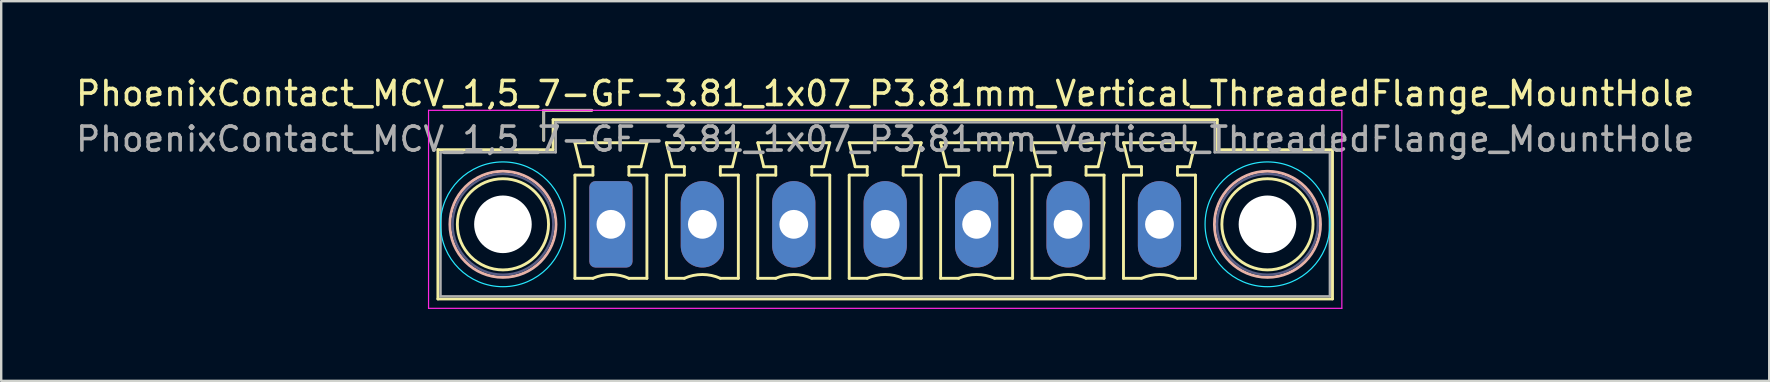
<source format=kicad_pcb>
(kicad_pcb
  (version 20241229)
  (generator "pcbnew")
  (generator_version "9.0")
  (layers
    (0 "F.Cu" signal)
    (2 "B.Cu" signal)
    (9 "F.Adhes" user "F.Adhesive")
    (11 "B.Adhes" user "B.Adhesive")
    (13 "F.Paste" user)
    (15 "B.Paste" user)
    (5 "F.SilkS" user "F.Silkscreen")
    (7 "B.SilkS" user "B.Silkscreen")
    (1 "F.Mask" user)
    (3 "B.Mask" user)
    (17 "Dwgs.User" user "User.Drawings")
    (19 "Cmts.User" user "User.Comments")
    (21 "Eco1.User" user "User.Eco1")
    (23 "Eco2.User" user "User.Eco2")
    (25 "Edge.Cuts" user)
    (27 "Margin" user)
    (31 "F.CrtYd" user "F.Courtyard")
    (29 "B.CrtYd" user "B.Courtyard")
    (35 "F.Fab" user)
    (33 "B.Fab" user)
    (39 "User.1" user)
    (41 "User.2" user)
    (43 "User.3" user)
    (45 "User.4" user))
  (footprint "PhoenixContact_MCV_1,5_7-GF-3.81_1x07_P3.81mm_Vertical_ThreadedFlange_MountHole"
    (layer "F.Cu")
    (at 22.409 6.298)
    (property "Reference" "PhoenixContact_MCV_1,5_7-GF-3.81_1x07_P3.81mm_Vertical_ThreadedFlange_MountHole" (at 11.43 -5.45 0) (layer "F.SilkS") (effects (font (size 1 1) (thickness 0.15))))
    (attr through_hole)
    (fp_line (start -7.21 -3.11) (end -7.21 3.11) (stroke (width 0.12) (type solid)) (layer "F.SilkS"))
    (fp_line (start -7.21 3.11) (end 30.07 3.11) (stroke (width 0.12) (type solid)) (layer "F.SilkS"))
    (fp_line (start -2.8 -4.75) (end -0.8 -4.75) (stroke (width 0.12) (type solid)) (layer "F.SilkS"))
    (fp_line (start -2.8 -3.5) (end -2.8 -4.75) (stroke (width 0.12) (type solid)) (layer "F.SilkS"))
    (fp_line (start -2.41 -4.36) (end -2.41 -3.11) (stroke (width 0.12) (type solid)) (layer "F.SilkS"))
    (fp_line (start -2.41 -3.11) (end -7.21 -3.11) (stroke (width 0.12) (type solid)) (layer "F.SilkS"))
    (fp_line (start -1.5 -3.4) (end 1.5 -3.4) (stroke (width 0.12) (type solid)) (layer "F.SilkS"))
    (fp_line (start -1.5 -2.05) (end -0.75 -2.05) (stroke (width 0.12) (type solid)) (layer "F.SilkS"))
    (fp_line (start -1.5 2.25) (end -1.5 -2.05) (stroke (width 0.12) (type solid)) (layer "F.SilkS"))
    (fp_line (start -1.25 -2.4) (end -1.5 -3.4) (stroke (width 0.12) (type solid)) (layer "F.SilkS"))
    (fp_line (start -0.75 -2.4) (end -1.25 -2.4) (stroke (width 0.12) (type solid)) (layer "F.SilkS"))
    (fp_line (start -0.75 -2.05) (end -0.75 -2.4) (stroke (width 0.12) (type solid)) (layer "F.SilkS"))
    (fp_line (start -0.75 2.25) (end -1.5 2.25) (stroke (width 0.12) (type solid)) (layer "F.SilkS"))
    (fp_line (start 0.75 -2.4) (end 0.75 -2.05) (stroke (width 0.12) (type solid)) (layer "F.SilkS"))
    (fp_line (start 0.75 -2.05) (end 1.5 -2.05) (stroke (width 0.12) (type solid)) (layer "F.SilkS"))
    (fp_line (start 1.25 -2.4) (end 0.75 -2.4) (stroke (width 0.12) (type solid)) (layer "F.SilkS"))
    (fp_line (start 1.5 -3.4) (end 1.25 -2.4) (stroke (width 0.12) (type solid)) (layer "F.SilkS"))
    (fp_line (start 1.5 -2.05) (end 1.5 2.25) (stroke (width 0.12) (type solid)) (layer "F.SilkS"))
    (fp_line (start 1.5 2.25) (end 0.75 2.25) (stroke (width 0.12) (type solid)) (layer "F.SilkS"))
    (fp_line (start 2.31 -3.4) (end 5.31 -3.4) (stroke (width 0.12) (type solid)) (layer "F.SilkS"))
    (fp_line (start 2.31 -2.05) (end 3.06 -2.05) (stroke (width 0.12) (type solid)) (layer "F.SilkS"))
    (fp_line (start 2.31 2.25) (end 2.31 -2.05) (stroke (width 0.12) (type solid)) (layer "F.SilkS"))
    (fp_line (start 2.56 -2.4) (end 2.31 -3.4) (stroke (width 0.12) (type solid)) (layer "F.SilkS"))
    (fp_line (start 3.06 -2.4) (end 2.56 -2.4) (stroke (width 0.12) (type solid)) (layer "F.SilkS"))
    (fp_line (start 3.06 -2.05) (end 3.06 -2.4) (stroke (width 0.12) (type solid)) (layer "F.SilkS"))
    (fp_line (start 3.06 2.25) (end 2.31 2.25) (stroke (width 0.12) (type solid)) (layer "F.SilkS"))
    (fp_line (start 4.56 -2.4) (end 4.56 -2.05) (stroke (width 0.12) (type solid)) (layer "F.SilkS"))
    (fp_line (start 4.56 -2.05) (end 5.31 -2.05) (stroke (width 0.12) (type solid)) (layer "F.SilkS"))
    (fp_line (start 5.06 -2.4) (end 4.56 -2.4) (stroke (width 0.12) (type solid)) (layer "F.SilkS"))
    (fp_line (start 5.31 -3.4) (end 5.06 -2.4) (stroke (width 0.12) (type solid)) (layer "F.SilkS"))
    (fp_line (start 5.31 -2.05) (end 5.31 2.25) (stroke (width 0.12) (type solid)) (layer "F.SilkS"))
    (fp_line (start 5.31 2.25) (end 4.56 2.25) (stroke (width 0.12) (type solid)) (layer "F.SilkS"))
    (fp_line (start 6.12 -3.4) (end 9.12 -3.4) (stroke (width 0.12) (type solid)) (layer "F.SilkS"))
    (fp_line (start 6.12 -2.05) (end 6.87 -2.05) (stroke (width 0.12) (type solid)) (layer "F.SilkS"))
    (fp_line (start 6.12 2.25) (end 6.12 -2.05) (stroke (width 0.12) (type solid)) (layer "F.SilkS"))
    (fp_line (start 6.37 -2.4) (end 6.12 -3.4) (stroke (width 0.12) (type solid)) (layer "F.SilkS"))
    (fp_line (start 6.87 -2.4) (end 6.37 -2.4) (stroke (width 0.12) (type solid)) (layer "F.SilkS"))
    (fp_line (start 6.87 -2.05) (end 6.87 -2.4) (stroke (width 0.12) (type solid)) (layer "F.SilkS"))
    (fp_line (start 6.87 2.25) (end 6.12 2.25) (stroke (width 0.12) (type solid)) (layer "F.SilkS"))
    (fp_line (start 8.37 -2.4) (end 8.37 -2.05) (stroke (width 0.12) (type solid)) (layer "F.SilkS"))
    (fp_line (start 8.37 -2.05) (end 9.12 -2.05) (stroke (width 0.12) (type solid)) (layer "F.SilkS"))
    (fp_line (start 8.87 -2.4) (end 8.37 -2.4) (stroke (width 0.12) (type solid)) (layer "F.SilkS"))
    (fp_line (start 9.12 -3.4) (end 8.87 -2.4) (stroke (width 0.12) (type solid)) (layer "F.SilkS"))
    (fp_line (start 9.12 -2.05) (end 9.12 2.25) (stroke (width 0.12) (type solid)) (layer "F.SilkS"))
    (fp_line (start 9.12 2.25) (end 8.37 2.25) (stroke (width 0.12) (type solid)) (layer "F.SilkS"))
    (fp_line (start 9.93 -3.4) (end 12.93 -3.4) (stroke (width 0.12) (type solid)) (layer "F.SilkS"))
    (fp_line (start 9.93 -2.05) (end 10.68 -2.05) (stroke (width 0.12) (type solid)) (layer "F.SilkS"))
    (fp_line (start 9.93 2.25) (end 9.93 -2.05) (stroke (width 0.12) (type solid)) (layer "F.SilkS"))
    (fp_line (start 10.18 -2.4) (end 9.93 -3.4) (stroke (width 0.12) (type solid)) (layer "F.SilkS"))
    (fp_line (start 10.68 -2.4) (end 10.18 -2.4) (stroke (width 0.12) (type solid)) (layer "F.SilkS"))
    (fp_line (start 10.68 -2.05) (end 10.68 -2.4) (stroke (width 0.12) (type solid)) (layer "F.SilkS"))
    (fp_line (start 10.68 2.25) (end 9.93 2.25) (stroke (width 0.12) (type solid)) (layer "F.SilkS"))
    (fp_line (start 12.18 -2.4) (end 12.18 -2.05) (stroke (width 0.12) (type solid)) (layer "F.SilkS"))
    (fp_line (start 12.18 -2.05) (end 12.93 -2.05) (stroke (width 0.12) (type solid)) (layer "F.SilkS"))
    (fp_line (start 12.68 -2.4) (end 12.18 -2.4) (stroke (width 0.12) (type solid)) (layer "F.SilkS"))
    (fp_line (start 12.93 -3.4) (end 12.68 -2.4) (stroke (width 0.12) (type solid)) (layer "F.SilkS"))
    (fp_line (start 12.93 -2.05) (end 12.93 2.25) (stroke (width 0.12) (type solid)) (layer "F.SilkS"))
    (fp_line (start 12.93 2.25) (end 12.18 2.25) (stroke (width 0.12) (type solid)) (layer "F.SilkS"))
    (fp_line (start 13.74 -3.4) (end 16.74 -3.4) (stroke (width 0.12) (type solid)) (layer "F.SilkS"))
    (fp_line (start 13.74 -2.05) (end 14.49 -2.05) (stroke (width 0.12) (type solid)) (layer "F.SilkS"))
    (fp_line (start 13.74 2.25) (end 13.74 -2.05) (stroke (width 0.12) (type solid)) (layer "F.SilkS"))
    (fp_line (start 13.99 -2.4) (end 13.74 -3.4) (stroke (width 0.12) (type solid)) (layer "F.SilkS"))
    (fp_line (start 14.49 -2.4) (end 13.99 -2.4) (stroke (width 0.12) (type solid)) (layer "F.SilkS"))
    (fp_line (start 14.49 -2.05) (end 14.49 -2.4) (stroke (width 0.12) (type solid)) (layer "F.SilkS"))
    (fp_line (start 14.49 2.25) (end 13.74 2.25) (stroke (width 0.12) (type solid)) (layer "F.SilkS"))
    (fp_line (start 15.99 -2.4) (end 15.99 -2.05) (stroke (width 0.12) (type solid)) (layer "F.SilkS"))
    (fp_line (start 15.99 -2.05) (end 16.74 -2.05) (stroke (width 0.12) (type solid)) (layer "F.SilkS"))
    (fp_line (start 16.49 -2.4) (end 15.99 -2.4) (stroke (width 0.12) (type solid)) (layer "F.SilkS"))
    (fp_line (start 16.74 -3.4) (end 16.49 -2.4) (stroke (width 0.12) (type solid)) (layer "F.SilkS"))
    (fp_line (start 16.74 -2.05) (end 16.74 2.25) (stroke (width 0.12) (type solid)) (layer "F.SilkS"))
    (fp_line (start 16.74 2.25) (end 15.99 2.25) (stroke (width 0.12) (type solid)) (layer "F.SilkS"))
    (fp_line (start 17.55 -3.4) (end 20.55 -3.4) (stroke (width 0.12) (type solid)) (layer "F.SilkS"))
    (fp_line (start 17.55 -2.05) (end 18.3 -2.05) (stroke (width 0.12) (type solid)) (layer "F.SilkS"))
    (fp_line (start 17.55 2.25) (end 17.55 -2.05) (stroke (width 0.12) (type solid)) (layer "F.SilkS"))
    (fp_line (start 17.8 -2.4) (end 17.55 -3.4) (stroke (width 0.12) (type solid)) (layer "F.SilkS"))
    (fp_line (start 18.3 -2.4) (end 17.8 -2.4) (stroke (width 0.12) (type solid)) (layer "F.SilkS"))
    (fp_line (start 18.3 -2.05) (end 18.3 -2.4) (stroke (width 0.12) (type solid)) (layer "F.SilkS"))
    (fp_line (start 18.3 2.25) (end 17.55 2.25) (stroke (width 0.12) (type solid)) (layer "F.SilkS"))
    (fp_line (start 19.8 -2.4) (end 19.8 -2.05) (stroke (width 0.12) (type solid)) (layer "F.SilkS"))
    (fp_line (start 19.8 -2.05) (end 20.55 -2.05) (stroke (width 0.12) (type solid)) (layer "F.SilkS"))
    (fp_line (start 20.3 -2.4) (end 19.8 -2.4) (stroke (width 0.12) (type solid)) (layer "F.SilkS"))
    (fp_line (start 20.55 -3.4) (end 20.3 -2.4) (stroke (width 0.12) (type solid)) (layer "F.SilkS"))
    (fp_line (start 20.55 -2.05) (end 20.55 2.25) (stroke (width 0.12) (type solid)) (layer "F.SilkS"))
    (fp_line (start 20.55 2.25) (end 19.8 2.25) (stroke (width 0.12) (type solid)) (layer "F.SilkS"))
    (fp_line (start 21.36 -3.4) (end 24.36 -3.4) (stroke (width 0.12) (type solid)) (layer "F.SilkS"))
    (fp_line (start 21.36 -2.05) (end 22.11 -2.05) (stroke (width 0.12) (type solid)) (layer "F.SilkS"))
    (fp_line (start 21.36 2.25) (end 21.36 -2.05) (stroke (width 0.12) (type solid)) (layer "F.SilkS"))
    (fp_line (start 21.61 -2.4) (end 21.36 -3.4) (stroke (width 0.12) (type solid)) (layer "F.SilkS"))
    (fp_line (start 22.11 -2.4) (end 21.61 -2.4) (stroke (width 0.12) (type solid)) (layer "F.SilkS"))
    (fp_line (start 22.11 -2.05) (end 22.11 -2.4) (stroke (width 0.12) (type solid)) (layer "F.SilkS"))
    (fp_line (start 22.11 2.25) (end 21.36 2.25) (stroke (width 0.12) (type solid)) (layer "F.SilkS"))
    (fp_line (start 23.61 -2.4) (end 23.61 -2.05) (stroke (width 0.12) (type solid)) (layer "F.SilkS"))
    (fp_line (start 23.61 -2.05) (end 24.36 -2.05) (stroke (width 0.12) (type solid)) (layer "F.SilkS"))
    (fp_line (start 24.11 -2.4) (end 23.61 -2.4) (stroke (width 0.12) (type solid)) (layer "F.SilkS"))
    (fp_line (start 24.36 -3.4) (end 24.11 -2.4) (stroke (width 0.12) (type solid)) (layer "F.SilkS"))
    (fp_line (start 24.36 -2.05) (end 24.36 2.25) (stroke (width 0.12) (type solid)) (layer "F.SilkS"))
    (fp_line (start 24.36 2.25) (end 23.61 2.25) (stroke (width 0.12) (type solid)) (layer "F.SilkS"))
    (fp_line (start 25.27 -4.36) (end -2.41 -4.36) (stroke (width 0.12) (type solid)) (layer "F.SilkS"))
    (fp_line (start 25.27 -3.11) (end 25.27 -4.36) (stroke (width 0.12) (type solid)) (layer "F.SilkS"))
    (fp_line (start 30.07 -3.11) (end 25.27 -3.11) (stroke (width 0.12) (type solid)) (layer "F.SilkS"))
    (fp_line (start 30.07 3.11) (end 30.07 -3.11) (stroke (width 0.12) (type solid)) (layer "F.SilkS"))
    (fp_arc (start -0.75 2.25) (mid -0.000193 2.09191) (end 0.749647 2.249844) (stroke (width 0.12) (type solid)) (layer "F.SilkS"))
    (fp_arc (start 3.06 2.25) (mid 3.809807 2.09191) (end 4.559647 2.249844) (stroke (width 0.12) (type solid)) (layer "F.SilkS"))
    (fp_arc (start 6.87 2.25) (mid 7.619807 2.09191) (end 8.369647 2.249844) (stroke (width 0.12) (type solid)) (layer "F.SilkS"))
    (fp_arc (start 10.68 2.25) (mid 11.429807 2.09191) (end 12.179647 2.249844) (stroke (width 0.12) (type solid)) (layer "F.SilkS"))
    (fp_arc (start 14.49 2.25) (mid 15.239807 2.09191) (end 15.989647 2.249844) (stroke (width 0.12) (type solid)) (layer "F.SilkS"))
    (fp_arc (start 18.3 2.25) (mid 19.049807 2.09191) (end 19.799647 2.249844) (stroke (width 0.12) (type solid)) (layer "F.SilkS"))
    (fp_arc (start 22.11 2.25) (mid 22.859807 2.09191) (end 23.609647 2.249844) (stroke (width 0.12) (type solid)) (layer "F.SilkS"))
    (fp_circle (center -4.5 0) (end -2.6 0) (stroke (width 0.12) (type solid)) (fill no) (layer "F.SilkS"))
    (fp_circle (center 27.36 0) (end 29.26 0) (stroke (width 0.12) (type solid)) (fill no) (layer "F.SilkS"))
    (fp_circle (center -4.5 0) (end -2.29 0) (stroke (width 0.12) (type solid)) (fill no) (layer "B.SilkS"))
    (fp_circle (center 27.36 0) (end 29.57 0) (stroke (width 0.12) (type solid)) (fill no) (layer "B.SilkS"))
    (fp_circle (center -4.5 0) (end -1.9 0) (stroke (width 0.05) (type solid)) (fill no) (layer "B.CrtYd"))
    (fp_circle (center 27.36 0) (end 29.96 0) (stroke (width 0.05) (type solid)) (fill no) (layer "B.CrtYd"))
    (fp_line (start -7.6 -4.75) (end -7.6 3.5) (stroke (width 0.05) (type solid)) (layer "F.CrtYd"))
    (fp_line (start -7.6 3.5) (end 30.46 3.5) (stroke (width 0.05) (type solid)) (layer "F.CrtYd"))
    (fp_line (start 30.46 -4.75) (end -7.6 -4.75) (stroke (width 0.05) (type solid)) (layer "F.CrtYd"))
    (fp_line (start 30.46 3.5) (end 30.46 -4.75) (stroke (width 0.05) (type solid)) (layer "F.CrtYd"))
    (fp_circle (center -4.5 0) (end -2.4 0) (stroke (width 0.1) (type solid)) (fill no) (layer "B.Fab"))
    (fp_circle (center 27.36 0) (end 29.46 0) (stroke (width 0.1) (type solid)) (fill no) (layer "B.Fab"))
    (fp_line (start -7.1 -3) (end -7.1 3) (stroke (width 0.1) (type solid)) (layer "F.Fab"))
    (fp_line (start -7.1 3) (end 29.96 3) (stroke (width 0.1) (type solid)) (layer "F.Fab"))
    (fp_line (start -2.8 -4.75) (end -0.8 -4.75) (stroke (width 0.1) (type solid)) (layer "F.Fab"))
    (fp_line (start -2.8 -3.5) (end -2.8 -4.75) (stroke (width 0.1) (type solid)) (layer "F.Fab"))
    (fp_line (start -2.3 -4.25) (end -2.3 -3) (stroke (width 0.1) (type solid)) (layer "F.Fab"))
    (fp_line (start -2.3 -3) (end -7.1 -3) (stroke (width 0.1) (type solid)) (layer "F.Fab"))
    (fp_line (start 25.16 -4.25) (end -2.3 -4.25) (stroke (width 0.1) (type solid)) (layer "F.Fab"))
    (fp_line (start 25.16 -3) (end 25.16 -4.25) (stroke (width 0.1) (type solid)) (layer "F.Fab"))
    (fp_line (start 29.96 -3) (end 25.16 -3) (stroke (width 0.1) (type solid)) (layer "F.Fab"))
    (fp_line (start 29.96 3) (end 29.96 -3) (stroke (width 0.1) (type solid)) (layer "F.Fab"))
    (fp_text user "${REFERENCE}" (at 11.43 -3.55 0) (layer "F.Fab") (effects (font (size 1 1) (thickness 0.15))))
    (pad "" np_thru_hole circle (at -4.5 0) (size 2.4 2.4) (drill 2.4) (layers "*.Cu" "*.Mask"))
    (pad "" np_thru_hole circle (at 27.36 0) (size 2.4 2.4) (drill 2.4) (layers "*.Cu" "*.Mask"))
    (pad "1" thru_hole roundrect (at 0 0) (size 1.8 3.6) (drill 1.2) (layers "*.Cu" "*.Mask") (roundrect_rratio 0.139))
    (pad "2" thru_hole oval (at 3.81 0) (size 1.8 3.6) (drill 1.2) (layers "*.Cu" "*.Mask"))
    (pad "3" thru_hole oval (at 7.62 0) (size 1.8 3.6) (drill 1.2) (layers "*.Cu" "*.Mask"))
    (pad "4" thru_hole oval (at 11.43 0) (size 1.8 3.6) (drill 1.2) (layers "*.Cu" "*.Mask"))
    (pad "5" thru_hole oval (at 15.24 0) (size 1.8 3.6) (drill 1.2) (layers "*.Cu" "*.Mask"))
    (pad "6" thru_hole oval (at 19.05 0) (size 1.8 3.6) (drill 1.2) (layers "*.Cu" "*.Mask"))
    (pad "7" thru_hole oval (at 22.86 0) (size 1.8 3.6) (drill 1.2) (layers "*.Cu" "*.Mask")))
  (gr_rect
    (start -3 -3)
    (end 70.679 12.823)
    (stroke (width 0.1) (type default))
    (fill no)
    (layer "Edge.Cuts")))
</source>
